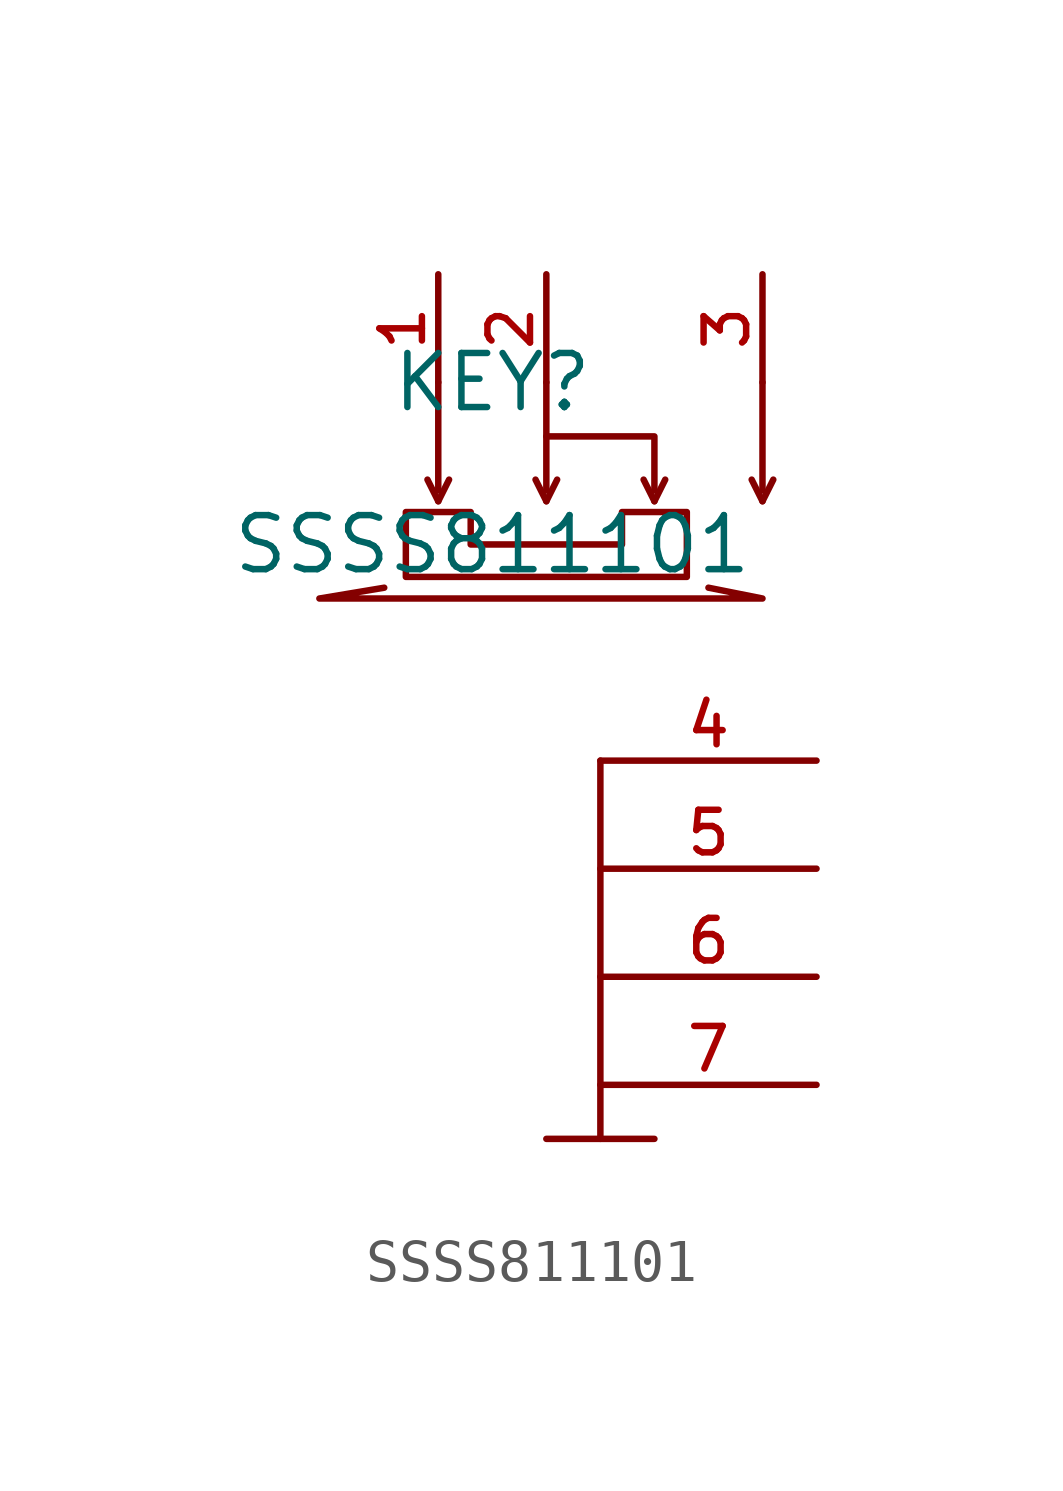
<source format=kicad_sym>
(kicad_symbol_lib
  (version 20210201)
  (generator TousstNicolas/JLC2KiCad_lib)
  (symbol "SSSS811101"
    (pin_names hide)
    (property "Reference" "KEY"
      (at 0 1.27 0)
      (effects (font (size 1.27 1.27))))
    (property "Value" "SSSS811101"
      (at 0 -2.54 0)
      (effects (font (size 1.27 1.27))))
    (symbol "SSSS811101_0_1"
      (pin unspecified line (at -1.27 3.81 270) (length 2.54) (name "1" (effects (font (size 1 1)))) (number "1" (effects (font (size 1 1)))))
      (pin unspecified line (at 6.35 3.81 270) (length 2.54) (name "3" (effects (font (size 1 1)))) (number "3" (effects (font (size 1 1)))))
      (pin unspecified line (at 1.27 3.81 270) (length 2.54) (name "2" (effects (font (size 1 1)))) (number "2" (effects (font (size 1 1)))))
      (polyline (pts (xy 5.08 -3.556) (xy 6.35 -3.81) (xy -4.064 -3.81) (xy -2.54 -3.556)) (stroke (width 0) (type default) (color 0 0 0 0)) (fill (type none)))
      (polyline (pts (xy 6.35 1.27) (xy 6.35 -1.27)) (stroke (width 0) (type default) (color 0 0 0 0)) (fill (type none)))
      (polyline (pts (xy 1.27 1.27) (xy 1.27 -1.27)) (stroke (width 0) (type default) (color 0 0 0 0)) (fill (type none)))
      (polyline (pts (xy 1.27 -0.0) (xy 3.81 -0.0) (xy 3.81 -1.27)) (stroke (width 0) (type default) (color 0 0 0 0)) (fill (type none)))
      (polyline (pts (xy -1.27 1.27) (xy -1.27 -1.27)) (stroke (width 0) (type default) (color 0 0 0 0)) (fill (type none)))
      (polyline (pts (xy 1.27 -1.524) (xy 1.016 -1.016)) (stroke (width 0) (type default) (color 0 0 0 0)) (fill (type none)))
      (polyline (pts (xy 1.27 -1.524) (xy 1.524 -1.016)) (stroke (width 0) (type default) (color 0 0 0 0)) (fill (type none)))
      (polyline (pts (xy 3.81 -1.524) (xy 3.556 -1.016)) (stroke (width 0) (type default) (color 0 0 0 0)) (fill (type none)))
      (polyline (pts (xy 3.81 -1.524) (xy 4.064 -1.016)) (stroke (width 0) (type default) (color 0 0 0 0)) (fill (type none)))
      (polyline (pts (xy -1.27 -1.524) (xy -1.524 -1.016)) (stroke (width 0) (type default) (color 0 0 0 0)) (fill (type none)))
      (polyline (pts (xy -1.27 -1.524) (xy -1.016 -1.016)) (stroke (width 0) (type default) (color 0 0 0 0)) (fill (type none)))
      (polyline (pts (xy 6.35 -1.524) (xy 6.096 -1.016)) (stroke (width 0) (type default) (color 0 0 0 0)) (fill (type none)))
      (polyline (pts (xy 6.35 -1.524) (xy 6.604 -1.016)) (stroke (width 0) (type default) (color 0 0 0 0)) (fill (type none)))
      (polyline (pts (xy 4.572 -1.778) (xy 4.572 -3.302) (xy -2.032 -3.302) (xy -2.032 -1.778) (xy -0.508 -1.778) (xy -0.508 -2.54) (xy 3.048 -2.54) (xy 3.048 -1.778) (xy 4.572 -1.778)) (stroke (width 0) (type default) (color 0 0 0 0)) (fill (type none)))
      (pin unspecified line (at 7.62 -7.62 180) (length 5.08) (name "4" (effects (font (size 1 1)))) (number "4" (effects (font (size 1 1)))))
      (pin unspecified line (at 7.62 -10.16 180) (length 5.08) (name "5" (effects (font (size 1 1)))) (number "5" (effects (font (size 1 1)))))
      (pin unspecified line (at 7.62 -12.7 180) (length 5.08) (name "6" (effects (font (size 1 1)))) (number "6" (effects (font (size 1 1)))))
      (pin unspecified line (at 7.62 -15.24 180) (length 5.08) (name "7" (effects (font (size 1 1)))) (number "7" (effects (font (size 1 1)))))
      (polyline (pts (xy 2.54 -7.62) (xy 2.54 -16.51)) (stroke (width 0) (type default) (color 0 0 0 0)) (fill (type none)))
      (polyline (pts (xy 1.27 -16.51) (xy 3.81 -16.51)) (stroke (width 0) (type default) (color 0 0 0 0)) (fill (type none))))))
</source>
